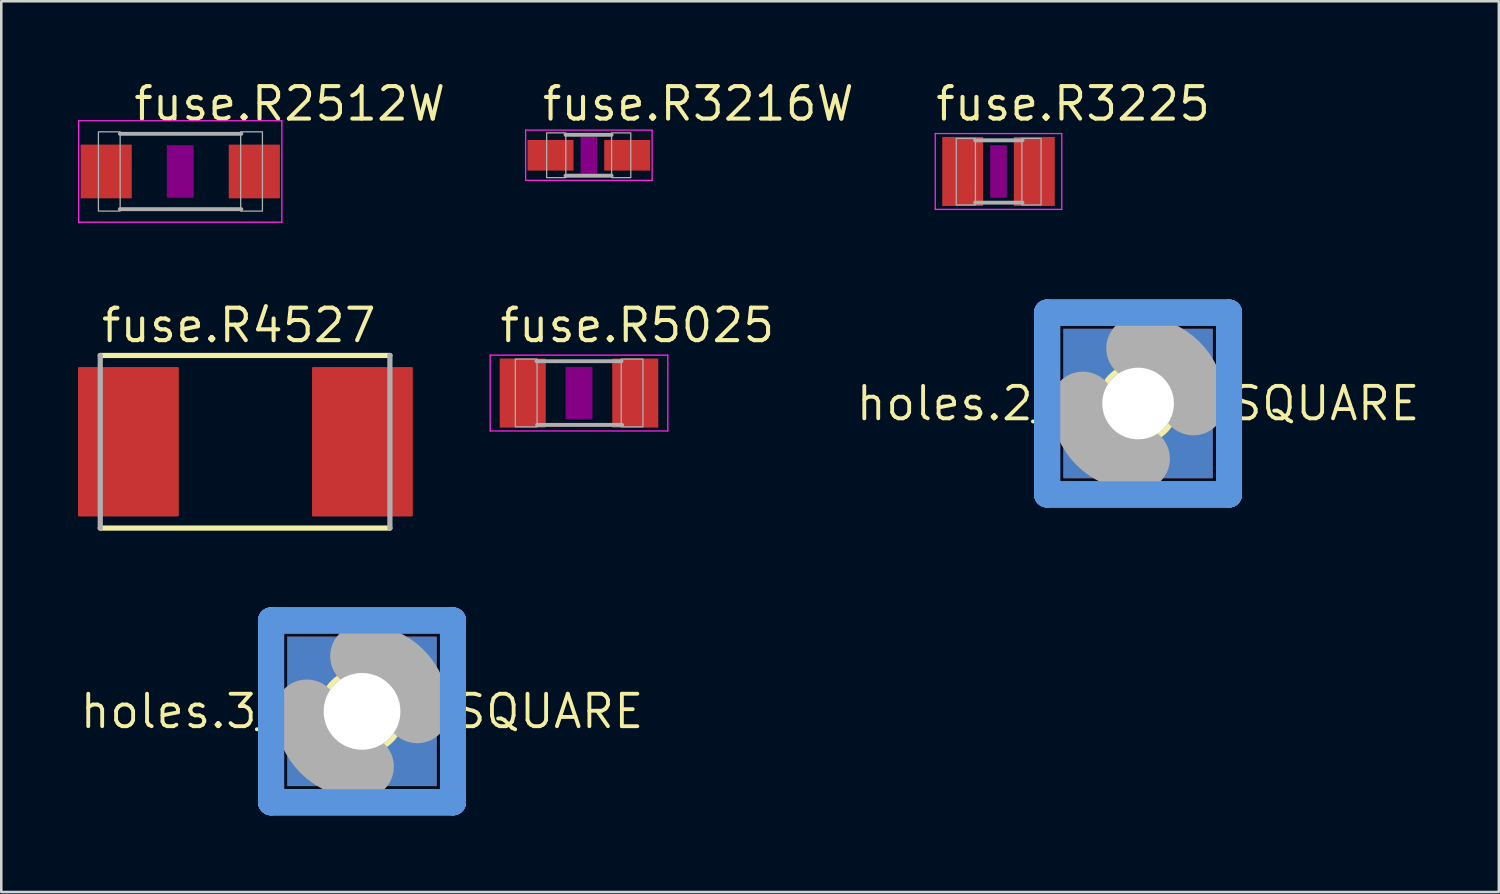
<source format=kicad_pcb>
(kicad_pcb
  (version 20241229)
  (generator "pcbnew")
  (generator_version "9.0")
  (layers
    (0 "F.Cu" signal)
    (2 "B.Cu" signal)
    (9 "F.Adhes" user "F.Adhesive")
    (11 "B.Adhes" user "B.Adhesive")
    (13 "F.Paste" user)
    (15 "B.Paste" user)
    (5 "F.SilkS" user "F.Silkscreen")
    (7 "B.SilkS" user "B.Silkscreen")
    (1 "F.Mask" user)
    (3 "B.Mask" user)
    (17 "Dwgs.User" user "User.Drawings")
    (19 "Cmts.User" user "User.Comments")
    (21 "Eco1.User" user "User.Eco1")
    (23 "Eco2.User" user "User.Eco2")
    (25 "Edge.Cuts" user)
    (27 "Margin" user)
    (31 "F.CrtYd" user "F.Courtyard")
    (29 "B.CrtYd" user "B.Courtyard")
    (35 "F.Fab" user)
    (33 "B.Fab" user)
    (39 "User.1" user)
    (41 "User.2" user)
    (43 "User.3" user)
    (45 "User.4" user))
  (footprint "fuse.R3216W"
    (layer "F.Cu")
    (at 19.974 3.02)
    (property "Reference" "fuse.R3216W" (at -1.905 -1.27 0) (layer "F.SilkS") (effects (font (size 1.27 1.27) (thickness 0.16)) (justify left bottom)))
    (attr smd)
    (fp_rect (start -0.3 0.7) (end 0.3 -0.7) (stroke (width 0.05) (type default)) (fill yes) (layer "F.Adhes"))
    (fp_line (start -2.473 -0.983) (end 2.473 -0.983) (stroke (width 0.051) (type default)) (layer "F.CrtYd"))
    (fp_line (start -2.473 0.983) (end -2.473 -0.983) (stroke (width 0.051) (type default)) (layer "F.CrtYd"))
    (fp_line (start 2.473 -0.983) (end 2.473 0.983) (stroke (width 0.051) (type default)) (layer "F.CrtYd"))
    (fp_line (start 2.473 0.983) (end -2.473 0.983) (stroke (width 0.051) (type default)) (layer "F.CrtYd"))
    (fp_line (start -0.913 -0.8) (end 0.888 -0.8) (stroke (width 0.152) (type default)) (layer "F.Fab"))
    (fp_line (start -0.913 0.8) (end 0.888 0.8) (stroke (width 0.152) (type default)) (layer "F.Fab"))
    (fp_rect (start -1.651 0.876) (end -0.901 -0.874) (stroke (width 0.05) (type default)) (fill no) (layer "F.Fab"))
    (fp_rect (start 0.889 0.876) (end 1.639 -0.874) (stroke (width 0.05) (type default)) (fill no) (layer "F.Fab"))
    (pad "1" smd roundrect (at -1.499 0) (size 1.8 1.2) (layers "F.Cu" "F.Mask" "F.Paste") (roundrect_rratio 0.01))
    (pad "2" smd roundrect (at 1.499 0) (size 1.8 1.2) (layers "F.Cu" "F.Mask" "F.Paste") (roundrect_rratio 0.01)))
  (footprint "holes.2_8_PAD_SQUARE"
    (layer "F.Cu")
    (at 41.448 12.727)
    (property "Reference" "holes.2_8_PAD_SQUARE" (at 0 0 0) (layer "F.SilkS") (effects (font (size 1.27 1.27) (thickness 0.15))))
    (attr through_hole)
    (fp_line (start -3.556 -3.556) (end 3.556 -3.556) (stroke (width 0.152) (type default)) (layer "F.SilkS"))
    (fp_line (start -3.556 3.556) (end -3.556 -3.556) (stroke (width 0.152) (type default)) (layer "F.SilkS"))
    (fp_line (start 3.556 -3.556) (end 3.556 3.556) (stroke (width 0.152) (type default)) (layer "F.SilkS"))
    (fp_line (start 3.556 3.556) (end -3.556 3.556) (stroke (width 0.152) (type default)) (layer "F.SilkS"))
    (fp_circle (center 0 0) (end 1.5 0) (stroke (width 0.203) (type default)) (fill no) (layer "F.SilkS"))
    (fp_line (start -3.556 -3.556) (end 3.556 -3.556) (stroke (width 1.016) (type default)) (layer "Cmts.User"))
    (fp_line (start -3.556 3.556) (end -3.556 -3.556) (stroke (width 1.016) (type default)) (layer "Cmts.User"))
    (fp_line (start 3.556 -3.556) (end 3.556 3.556) (stroke (width 1.016) (type default)) (layer "Cmts.User"))
    (fp_line (start 3.556 3.556) (end -3.556 3.556) (stroke (width 1.016) (type default)) (layer "Cmts.User"))
    (fp_line (start -3.556 -3.556) (end 3.556 -3.556) (stroke (width 1.016) (type default)) (layer "B.CrtYd"))
    (fp_line (start -3.556 3.556) (end -3.556 -3.556) (stroke (width 1.016) (type default)) (layer "B.CrtYd"))
    (fp_line (start 3.556 -3.556) (end 3.556 3.556) (stroke (width 1.016) (type default)) (layer "B.CrtYd"))
    (fp_line (start 3.556 3.556) (end -3.556 3.556) (stroke (width 1.016) (type default)) (layer "B.CrtYd"))
    (fp_line (start -3.556 -3.556) (end 3.556 -3.556) (stroke (width 1.016) (type default)) (layer "F.CrtYd"))
    (fp_line (start -3.556 3.556) (end -3.556 -3.556) (stroke (width 1.016) (type default)) (layer "F.CrtYd"))
    (fp_line (start 3.556 -3.556) (end 3.556 3.556) (stroke (width 1.016) (type default)) (layer "F.CrtYd"))
    (fp_line (start 3.556 3.556) (end -3.556 3.556) (stroke (width 1.016) (type default)) (layer "F.CrtYd"))
    (fp_arc (start 0 -2.159) (mid 1.526644 -1.526644) (end 2.159 0) (stroke (width 2.4892) (type default)) (layer "F.Fab"))
    (fp_arc (start 0 2.159) (mid -1.526644 1.526644) (end -2.159 0) (stroke (width 2.4892) (type default)) (layer "F.Fab"))
    (fp_circle (center 0 0) (end 0.762 0) (stroke (width 0.457) (type default)) (fill no) (layer "F.Fab"))
    (pad "B2,8" thru_hole rect (at 0 0) (size 5.842 5.842) (drill 2.8) (layers "*.Cu" "*.Mask")))
  (footprint "fuse.R5025"
    (layer "F.Cu")
    (at 19.588 12.318)
    (property "Reference" "fuse.R5025" (at -3.175 -1.905 0) (layer "F.SilkS") (effects (font (size 1.27 1.27) (thickness 0.16)) (justify left bottom)))
    (attr smd)
    (fp_rect (start -0.5 1) (end 0.5 -1) (stroke (width 0.05) (type default)) (fill yes) (layer "F.Adhes"))
    (fp_line (start -3.473 -1.483) (end 3.473 -1.483) (stroke (width 0.051) (type default)) (layer "F.CrtYd"))
    (fp_line (start -3.473 1.483) (end -3.473 -1.483) (stroke (width 0.051) (type default)) (layer "F.CrtYd"))
    (fp_line (start 3.473 -1.483) (end 3.473 1.483) (stroke (width 0.051) (type default)) (layer "F.CrtYd"))
    (fp_line (start 3.473 1.483) (end -3.473 1.483) (stroke (width 0.051) (type default)) (layer "F.CrtYd"))
    (fp_line (start -1.662 -1.245) (end 1.662 -1.245) (stroke (width 0.152) (type default)) (layer "F.Fab"))
    (fp_line (start -1.637 1.245) (end 1.687 1.245) (stroke (width 0.152) (type default)) (layer "F.Fab"))
    (fp_rect (start -2.489 1.321) (end -1.639 -1.329) (stroke (width 0.05) (type default)) (fill no) (layer "F.Fab"))
    (fp_rect (start 1.651 1.321) (end 2.501 -1.329) (stroke (width 0.05) (type default)) (fill no) (layer "F.Fab"))
    (pad "1" smd roundrect (at -2.2 0) (size 1.8 2.7) (layers "F.Cu" "F.Mask" "F.Paste") (roundrect_rratio 0.01))
    (pad "2" smd roundrect (at 2.2 0) (size 1.8 2.7) (layers "F.Cu" "F.Mask" "F.Paste") (roundrect_rratio 0.01)))
  (footprint "holes.3_0_PAD_SQUARE"
    (layer "F.Cu")
    (at 11.105 24.764)
    (property "Reference" "holes.3_0_PAD_SQUARE" (at 0 0 0) (layer "F.SilkS") (effects (font (size 1.27 1.27) (thickness 0.15))))
    (attr through_hole)
    (fp_line (start -3.556 -3.556) (end 3.556 -3.556) (stroke (width 0.152) (type default)) (layer "F.SilkS"))
    (fp_line (start -3.556 3.556) (end -3.556 -3.556) (stroke (width 0.152) (type default)) (layer "F.SilkS"))
    (fp_line (start 3.556 -3.556) (end 3.556 3.556) (stroke (width 0.152) (type default)) (layer "F.SilkS"))
    (fp_line (start 3.556 3.556) (end -3.556 3.556) (stroke (width 0.152) (type default)) (layer "F.SilkS"))
    (fp_circle (center 0 0) (end 1.6 0) (stroke (width 0.203) (type default)) (fill no) (layer "F.SilkS"))
    (fp_line (start -3.556 -3.556) (end 3.556 -3.556) (stroke (width 1.016) (type default)) (layer "Cmts.User"))
    (fp_line (start -3.556 3.556) (end -3.556 -3.556) (stroke (width 1.016) (type default)) (layer "Cmts.User"))
    (fp_line (start 3.556 -3.556) (end 3.556 3.556) (stroke (width 1.016) (type default)) (layer "Cmts.User"))
    (fp_line (start 3.556 3.556) (end -3.556 3.556) (stroke (width 1.016) (type default)) (layer "Cmts.User"))
    (fp_line (start -3.556 -3.556) (end 3.556 -3.556) (stroke (width 1.016) (type default)) (layer "B.CrtYd"))
    (fp_line (start -3.556 3.556) (end -3.556 -3.556) (stroke (width 1.016) (type default)) (layer "B.CrtYd"))
    (fp_line (start 3.556 -3.556) (end 3.556 3.556) (stroke (width 1.016) (type default)) (layer "B.CrtYd"))
    (fp_line (start 3.556 3.556) (end -3.556 3.556) (stroke (width 1.016) (type default)) (layer "B.CrtYd"))
    (fp_line (start -3.556 -3.556) (end 3.556 -3.556) (stroke (width 1.016) (type default)) (layer "F.CrtYd"))
    (fp_line (start -3.556 3.556) (end -3.556 -3.556) (stroke (width 1.016) (type default)) (layer "F.CrtYd"))
    (fp_line (start 3.556 -3.556) (end 3.556 3.556) (stroke (width 1.016) (type default)) (layer "F.CrtYd"))
    (fp_line (start 3.556 3.556) (end -3.556 3.556) (stroke (width 1.016) (type default)) (layer "F.CrtYd"))
    (fp_arc (start 0 -2.159) (mid 1.526644 -1.526644) (end 2.159 0) (stroke (width 2.4892) (type default)) (layer "F.Fab"))
    (fp_arc (start 0 2.159) (mid -1.526644 1.526644) (end -2.159 0) (stroke (width 2.4892) (type default)) (layer "F.Fab"))
    (fp_circle (center 0 0) (end 0.762 0) (stroke (width 0.457) (type default)) (fill no) (layer "F.Fab"))
    (pad "B3,0" thru_hole rect (at 0 0) (size 5.842 5.842) (drill 3) (layers "*.Cu" "*.Mask")))
  (footprint "fuse.R4527"
    (layer "F.Cu")
    (at 6.545 14.223)
    (property "Reference" "fuse.R4527" (at -5.715 -3.81 0) (layer "F.SilkS") (effects (font (size 1.27 1.27) (thickness 0.16)) (justify left bottom)))
    (attr smd)
    (fp_line (start -5.675 3.375) (end 5.65 3.375) (stroke (width 0.203) (type default)) (layer "F.SilkS"))
    (fp_line (start 5.65 -3.375) (end -5.675 -3.375) (stroke (width 0.203) (type default)) (layer "F.SilkS"))
    (fp_line (start -5.675 -3.375) (end -5.675 3.375) (stroke (width 0.203) (type default)) (layer "F.Fab"))
    (fp_line (start 5.65 3.375) (end 5.65 -3.375) (stroke (width 0.203) (type default)) (layer "F.Fab"))
    (pad "1" smd roundrect (at -4.575 0) (size 3.94 5.84) (layers "F.Cu" "F.Mask" "F.Paste") (roundrect_rratio 0.01))
    (pad "2" smd roundrect (at 4.575 0) (size 3.94 5.84) (layers "F.Cu" "F.Mask" "F.Paste") (roundrect_rratio 0.01)))
  (footprint "fuse.R2512W"
    (layer "F.Cu")
    (at 3.998 3.655)
    (property "Reference" "fuse.R2512W" (at -1.905 -1.905 0) (layer "F.SilkS") (effects (font (size 1.27 1.27) (thickness 0.16)) (justify left bottom)))
    (attr smd)
    (fp_rect (start -0.5 1) (end 0.5 -1) (stroke (width 0.05) (type default)) (fill yes) (layer "F.Adhes"))
    (fp_line (start -3.973 -1.983) (end 3.973 -1.983) (stroke (width 0.051) (type default)) (layer "F.CrtYd"))
    (fp_line (start -3.973 1.983) (end -3.973 -1.983) (stroke (width 0.051) (type default)) (layer "F.CrtYd"))
    (fp_line (start 3.973 -1.983) (end 3.973 1.983) (stroke (width 0.051) (type default)) (layer "F.CrtYd"))
    (fp_line (start 3.973 1.983) (end -3.973 1.983) (stroke (width 0.051) (type default)) (layer "F.CrtYd"))
    (fp_line (start -2.362 -1.473) (end 2.387 -1.473) (stroke (width 0.152) (type default)) (layer "F.Fab"))
    (fp_line (start -2.362 1.473) (end 2.387 1.473) (stroke (width 0.152) (type default)) (layer "F.Fab"))
    (fp_rect (start -3.2 1.549) (end -2.35 -1.551) (stroke (width 0.05) (type default)) (fill no) (layer "F.Fab"))
    (fp_rect (start 2.362 1.549) (end 3.212 -1.551) (stroke (width 0.05) (type default)) (fill no) (layer "F.Fab"))
    (pad "1" smd roundrect (at -2.896 0) (size 2 2.1) (layers "F.Cu" "F.Mask" "F.Paste") (roundrect_rratio 0.01))
    (pad "2" smd roundrect (at 2.896 0) (size 2 2.1) (layers "F.Cu" "F.Mask" "F.Paste") (roundrect_rratio 0.01)))
  (footprint "fuse.R3225"
    (layer "F.Cu")
    (at 35.99 3.655)
    (property "Reference" "fuse.R3225" (at -2.54 -1.905 0) (layer "F.SilkS") (effects (font (size 1.27 1.27) (thickness 0.16)) (justify left bottom)))
    (attr smd)
    (fp_rect (start -0.3 1) (end 0.3 -1) (stroke (width 0.05) (type default)) (fill yes) (layer "F.Adhes"))
    (fp_line (start -2.473 -1.483) (end 2.473 -1.483) (stroke (width 0.051) (type default)) (layer "F.CrtYd"))
    (fp_line (start -2.473 1.483) (end -2.473 -1.483) (stroke (width 0.051) (type default)) (layer "F.CrtYd"))
    (fp_line (start 2.473 -1.483) (end 2.473 1.483) (stroke (width 0.051) (type default)) (layer "F.CrtYd"))
    (fp_line (start 2.473 1.483) (end -2.473 1.483) (stroke (width 0.051) (type default)) (layer "F.CrtYd"))
    (fp_line (start -0.913 -1.219) (end 0.939 -1.219) (stroke (width 0.152) (type default)) (layer "F.Fab"))
    (fp_line (start -0.913 1.219) (end 0.939 1.219) (stroke (width 0.152) (type default)) (layer "F.Fab"))
    (fp_rect (start -1.651 1.308) (end -0.901 -1.292) (stroke (width 0.05) (type default)) (fill no) (layer "F.Fab"))
    (fp_rect (start 0.914 1.308) (end 1.665 -1.292) (stroke (width 0.05) (type default)) (fill no) (layer "F.Fab"))
    (pad "1" smd roundrect (at -1.4 0) (size 1.6 2.7) (layers "F.Cu" "F.Mask" "F.Paste") (roundrect_rratio 0.01))
    (pad "2" smd roundrect (at 1.4 0) (size 1.6 2.7) (layers "F.Cu" "F.Mask" "F.Paste") (roundrect_rratio 0.01)))
  (gr_rect
    (start -3 -3)
    (end 55.553 31.828)
    (stroke (width 0.1) (type default))
    (fill no)
    (layer "Edge.Cuts")))
</source>
